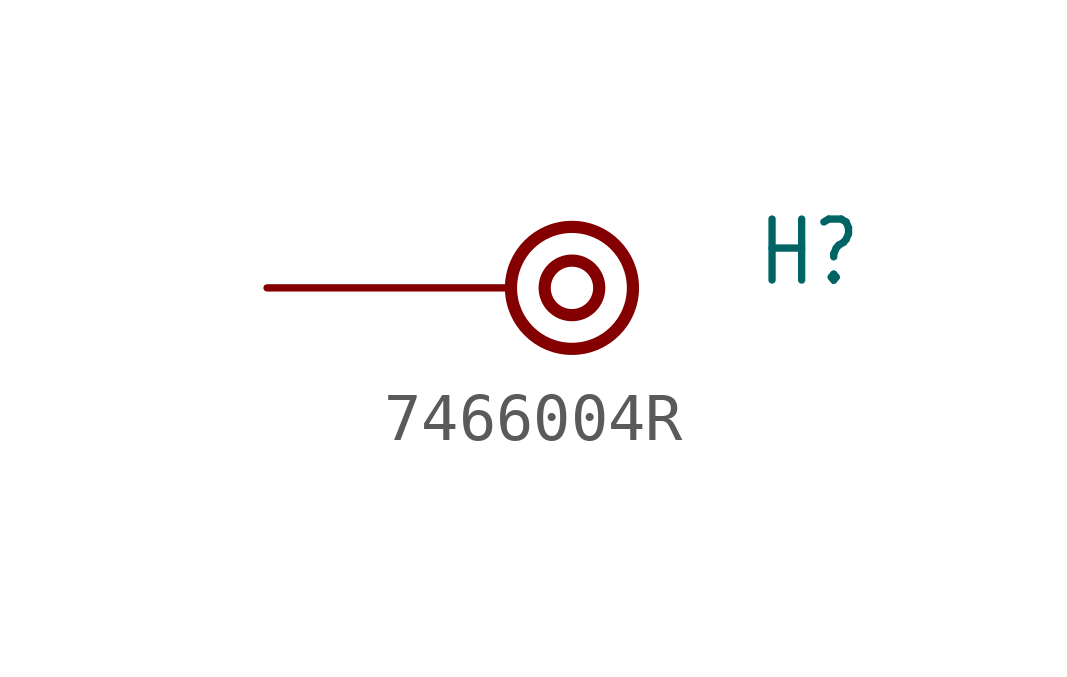
<source format=kicad_sym>
(kicad_symbol_lib
  (version 20231120)
  (generator "kicad_symbol_editor")
  (generator_version "8.0")
  (symbol "7466004R"
    (property "Reference" "H"
      (at 5.08 0 0)
      (effects (font (size 1.27 1.079)) (justify left bottom)))
    (property "Value" ""
      (at 5.08 -1.524 0)
      (effects (font (size 1.27 1.079)) (justify left bottom)))
    (property "ki_locked" ""
      (at 0 0 0)
      (effects (font (size 1.27 1.27))))
    (symbol "7466004R_1_0"
      (circle (center 1.27 0) (radius 0.568) (stroke (width 0.254) (type solid)) (fill (type none)))
      (circle (center 1.27 0) (radius 1.27) (stroke (width 0.254) (type solid)) (fill (type none)))
      (pin bidirectional line (at -5.08 0 0) (length 5.08) (name "P$1" (effects (font (size 0 0)))) (number "P" (effects (font (size 0 0))))))))
</source>
